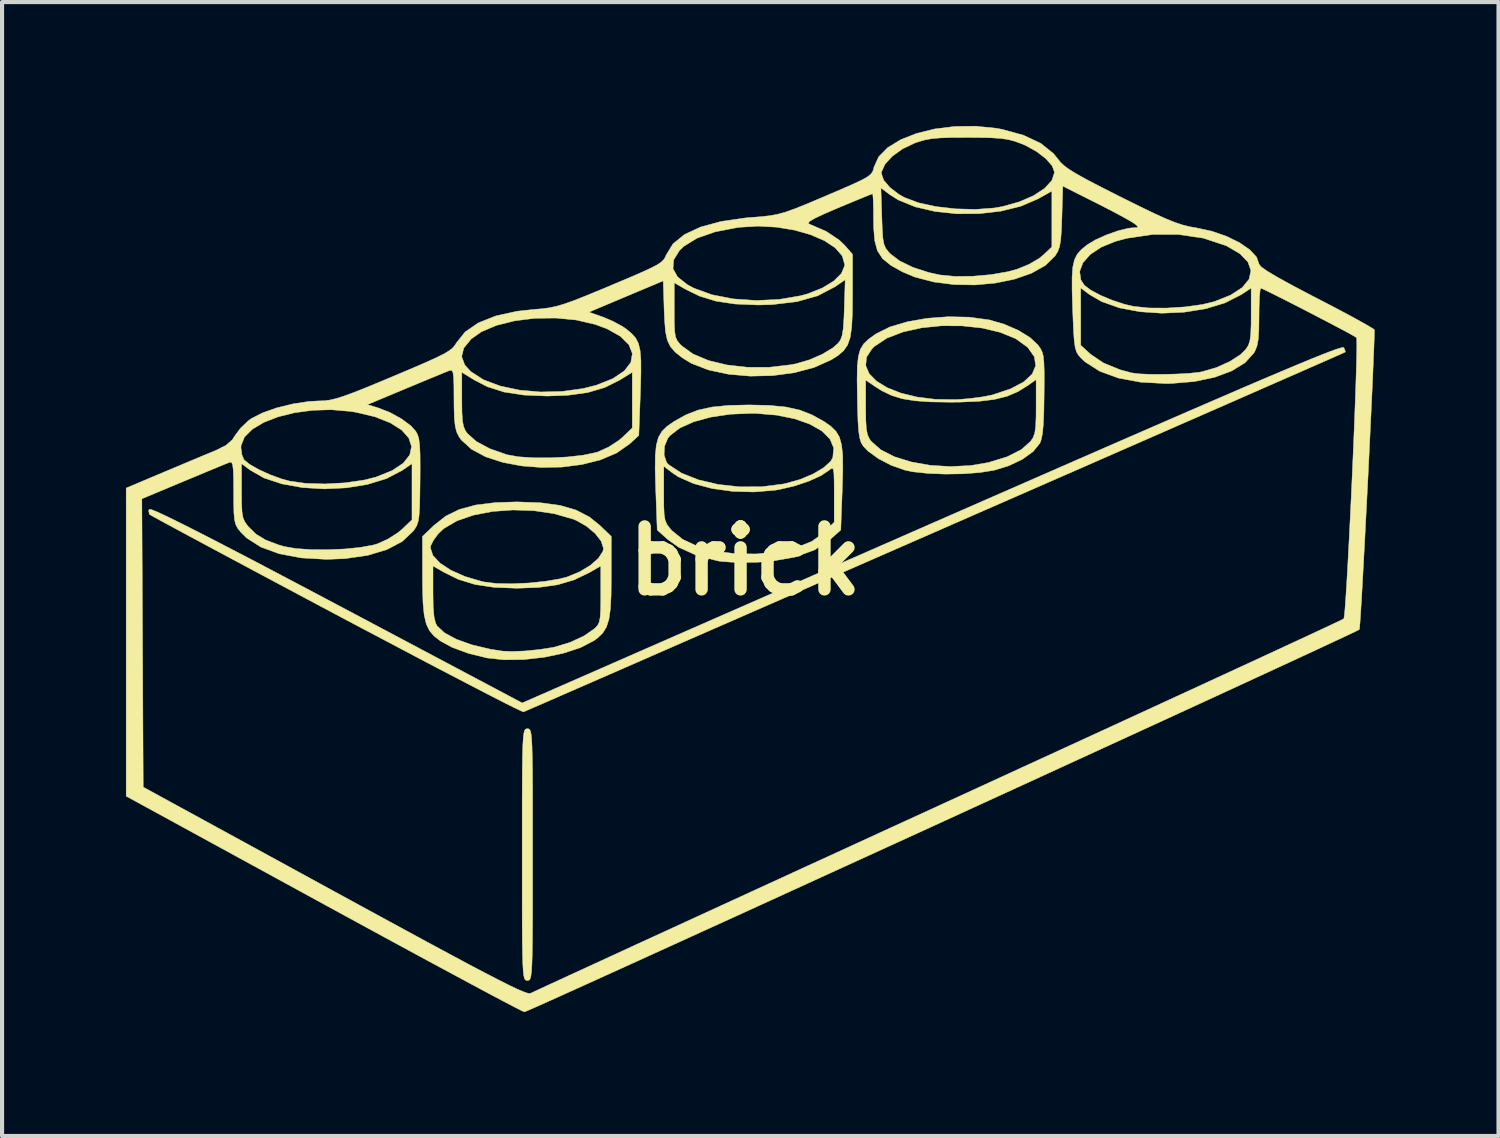
<source format=kicad_pcb>
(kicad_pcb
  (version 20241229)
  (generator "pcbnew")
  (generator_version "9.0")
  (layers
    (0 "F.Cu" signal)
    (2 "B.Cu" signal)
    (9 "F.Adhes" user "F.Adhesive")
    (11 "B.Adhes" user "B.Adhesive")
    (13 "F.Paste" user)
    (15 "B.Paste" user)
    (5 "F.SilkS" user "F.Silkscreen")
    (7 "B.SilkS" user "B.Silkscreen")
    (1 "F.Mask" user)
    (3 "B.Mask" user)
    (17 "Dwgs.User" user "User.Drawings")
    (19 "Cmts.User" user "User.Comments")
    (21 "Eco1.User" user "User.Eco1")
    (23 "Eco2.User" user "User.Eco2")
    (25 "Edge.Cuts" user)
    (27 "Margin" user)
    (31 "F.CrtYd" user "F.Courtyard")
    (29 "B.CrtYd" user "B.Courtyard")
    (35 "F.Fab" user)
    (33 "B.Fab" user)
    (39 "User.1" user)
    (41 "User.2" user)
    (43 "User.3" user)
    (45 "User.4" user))
  (footprint "brick"
    (layer "F.Cu")
    (at 14.991 10.532)
    (property "Reference" "brick" (at 0 0 0) (layer "F.SilkS") (effects (font (size 1.524 1.524) (thickness 0.3))))
    (attr through_hole)
    (fp_poly (pts (xy -5.241 4.067) (xy -5.217 4.082) (xy -5.197 4.12) (xy -5.181 4.191) (xy -5.169 4.307) (xy -5.159 4.478) (xy -5.153 4.713) (xy -5.148 5.025) (xy -5.145 5.423) (xy -5.144 5.918) (xy -5.144 6.521) (xy -5.144 7.112) (xy -5.144 7.812) (xy -5.144 8.396) (xy -5.146 8.874) (xy -5.149 9.257) (xy -5.154 9.555) (xy -5.161 9.779) (xy -5.171 9.94) (xy -5.184 10.047) (xy -5.2 10.113) (xy -5.221 10.146) (xy -5.246 10.158) (xy -5.271 10.16) (xy -5.3 10.157) (xy -5.324 10.142) (xy -5.344 10.104) (xy -5.36 10.033) (xy -5.372 9.917) (xy -5.382 9.746) (xy -5.388 9.511) (xy -5.393 9.199) (xy -5.396 8.801) (xy -5.397 8.306) (xy -5.397 7.703) (xy -5.397 7.112) (xy -5.397 6.412) (xy -5.397 5.828) (xy -5.395 5.35) (xy -5.392 4.967) (xy -5.387 4.669) (xy -5.38 4.445) (xy -5.37 4.284) (xy -5.357 4.177) (xy -5.341 4.111) (xy -5.32 4.078) (xy -5.295 4.066) (xy -5.271 4.064) (xy -5.241 4.067)) (stroke (width 0.01) (type solid)) (fill yes) (layer "F.SilkS"))
    (fp_poly (pts (xy 14.5 -5.164) (xy 14.535 -5.076) (xy 14.531 -5.055) (xy 14.472 -5.028) (xy 14.303 -4.954) (xy 14.032 -4.834) (xy 13.666 -4.674) (xy 13.214 -4.475) (xy 12.681 -4.242) (xy 12.076 -3.976) (xy 11.406 -3.682) (xy 10.677 -3.363) (xy 9.898 -3.021) (xy 9.075 -2.661) (xy 8.216 -2.284) (xy 7.327 -1.895) (xy 6.418 -1.497) (xy 5.493 -1.092) (xy 4.562 -0.684) (xy 3.631 -0.277) (xy 2.707 0.128) (xy 1.798 0.526) (xy 0.911 0.914) (xy 0.053 1.289) (xy -0.768 1.648) (xy -1.545 1.988) (xy -2.272 2.306) (xy -2.939 2.598) (xy -3.541 2.861) (xy -4.07 3.092) (xy -4.519 3.288) (xy -4.88 3.446) (xy -5.147 3.561) (xy -5.311 3.633) (xy -5.366 3.656) (xy -5.43 3.63) (xy -5.599 3.549) (xy -5.862 3.417) (xy -6.211 3.238) (xy -6.638 3.017) (xy -7.135 2.758) (xy -7.692 2.467) (xy -8.301 2.146) (xy -8.954 1.801) (xy -9.643 1.437) (xy -9.904 1.298) (xy -10.603 0.926) (xy -11.269 0.571) (xy -11.895 0.237) (xy -12.472 -0.072) (xy -12.99 -0.349) (xy -13.442 -0.592) (xy -13.819 -0.795) (xy -14.113 -0.954) (xy -14.314 -1.065) (xy -14.415 -1.122) (xy -14.425 -1.129) (xy -14.441 -1.217) (xy -14.426 -1.251) (xy -14.369 -1.241) (xy -14.218 -1.179) (xy -13.97 -1.063) (xy -13.623 -0.892) (xy -13.176 -0.666) (xy -12.627 -0.383) (xy -11.972 -0.043) (xy -11.212 0.357) (xy -10.343 0.816) (xy -9.888 1.057) (xy -5.396 3.44) (xy 4.525 -0.909) (xy 5.819 -1.476) (xy 7.002 -1.994) (xy 8.077 -2.464) (xy 9.05 -2.889) (xy 9.926 -3.27) (xy 10.708 -3.61) (xy 11.402 -3.91) (xy 12.011 -4.173) (xy 12.541 -4.4) (xy 12.997 -4.593) (xy 13.382 -4.755) (xy 13.702 -4.887) (xy 13.961 -4.991) (xy 14.163 -5.069) (xy 14.313 -5.124) (xy 14.417 -5.156) (xy 14.477 -5.169) (xy 14.5 -5.164)) (stroke (width 0.01) (type solid)) (fill yes) (layer "F.SilkS"))
    (fp_poly (pts (xy -4.951 -1.408) (xy -4.479 -1.344) (xy -4.092 -1.231) (xy -3.769 -1.064) (xy -3.523 -0.866) (xy -3.239 -0.593) (xy -3.239 0.372) (xy -3.243 0.819) (xy -3.26 1.159) (xy -3.296 1.413) (xy -3.356 1.602) (xy -3.445 1.746) (xy -3.569 1.865) (xy -3.661 1.932) (xy -3.984 2.1) (xy -4.398 2.236) (xy -4.867 2.334) (xy -5.357 2.389) (xy -5.835 2.395) (xy -6.238 2.352) (xy -6.691 2.242) (xy -7.092 2.094) (xy -7.375 1.94) (xy -7.527 1.822) (xy -7.64 1.692) (xy -7.719 1.528) (xy -7.77 1.31) (xy -7.798 1.017) (xy -7.809 0.63) (xy -7.811 0.376) (xy -7.811 0.122) (xy -7.556 0.122) (xy -7.556 0.777) (xy -7.551 1.113) (xy -7.531 1.346) (xy -7.496 1.499) (xy -7.457 1.575) (xy -7.276 1.743) (xy -6.989 1.898) (xy -6.617 2.031) (xy -6.179 2.136) (xy -5.874 2.184) (xy -5.634 2.194) (xy -5.318 2.18) (xy -4.978 2.146) (xy -4.66 2.096) (xy -4.604 2.084) (xy -4.236 1.973) (xy -3.898 1.816) (xy -3.639 1.636) (xy -3.635 1.633) (xy -3.572 1.565) (xy -3.531 1.482) (xy -3.507 1.358) (xy -3.496 1.165) (xy -3.493 0.877) (xy -3.493 0.812) (xy -3.493 0.122) (xy -3.762 0.278) (xy -4.133 0.457) (xy -4.535 0.577) (xy -4.999 0.643) (xy -5.524 0.662) (xy -6.075 0.641) (xy -6.535 0.572) (xy -6.935 0.45) (xy -7.287 0.278) (xy -7.556 0.122) (xy -7.811 0.122) (xy -7.811 -0.32) (xy -7.62 -0.32) (xy -7.559 -0.133) (xy -7.388 0.052) (xy -7.123 0.226) (xy -6.78 0.378) (xy -6.376 0.497) (xy -6.318 0.51) (xy -6.031 0.546) (xy -5.662 0.554) (xy -5.255 0.536) (xy -4.853 0.496) (xy -4.496 0.437) (xy -4.305 0.387) (xy -4.003 0.263) (xy -3.743 0.105) (xy -3.548 -0.067) (xy -3.441 -0.236) (xy -3.429 -0.307) (xy -3.484 -0.478) (xy -3.631 -0.666) (xy -3.843 -0.843) (xy -4.092 -0.983) (xy -4.154 -1.009) (xy -4.616 -1.142) (xy -5.113 -1.216) (xy -5.621 -1.233) (xy -6.116 -1.197) (xy -6.575 -1.108) (xy -6.975 -0.971) (xy -7.291 -0.786) (xy -7.426 -0.661) (xy -7.543 -0.503) (xy -7.613 -0.362) (xy -7.62 -0.32) (xy -7.811 -0.32) (xy -7.811 -0.593) (xy -7.526 -0.866) (xy -7.245 -1.086) (xy -6.916 -1.247) (xy -6.52 -1.354) (xy -6.038 -1.413) (xy -5.524 -1.429) (xy -4.951 -1.408)) (stroke (width 0.01) (type solid)) (fill yes) (layer "F.SilkS"))
    (fp_poly (pts (xy 0.591 -3.766) (xy 0.992 -3.726) (xy 1.326 -3.652) (xy 1.622 -3.537) (xy 1.91 -3.377) (xy 2.077 -3.26) (xy 2.201 -3.14) (xy 2.286 -2.996) (xy 2.338 -2.807) (xy 2.364 -2.554) (xy 2.367 -2.216) (xy 2.355 -1.772) (xy 2.355 -1.755) (xy 2.318 -0.747) (xy 2.051 -0.51) (xy 1.68 -0.264) (xy 1.205 -0.091) (xy 0.626 0.01) (xy 0.287 0.033) (xy -0.025 0.038) (xy -0.328 0.031) (xy -0.573 0.013) (xy -0.656 0.001) (xy -1.172 -0.133) (xy -1.603 -0.328) (xy -1.867 -0.516) (xy -2.127 -0.747) (xy -2.159 -1.625) (xy -1.968 -1.625) (xy -1.967 -1.325) (xy -1.958 -1.122) (xy -1.935 -0.985) (xy -1.891 -0.884) (xy -1.82 -0.789) (xy -1.774 -0.736) (xy -1.51 -0.521) (xy -1.15 -0.354) (xy -0.717 -0.237) (xy -0.234 -0.174) (xy 0.275 -0.168) (xy 0.789 -0.221) (xy 1.269 -0.333) (xy 1.616 -0.472) (xy 1.882 -0.662) (xy 1.919 -0.698) (xy 2.159 -0.938) (xy 2.159 -1.622) (xy 2.158 -1.921) (xy 2.152 -2.113) (xy 2.138 -2.214) (xy 2.112 -2.245) (xy 2.07 -2.224) (xy 2.046 -2.204) (xy 1.838 -2.064) (xy 1.54 -1.929) (xy 1.188 -1.812) (xy 0.82 -1.727) (xy 0.73 -1.712) (xy 0.217 -1.669) (xy -0.303 -1.684) (xy -0.8 -1.753) (xy -1.246 -1.872) (xy -1.613 -2.035) (xy -1.748 -2.124) (xy -1.968 -2.292) (xy -1.968 -1.625) (xy -2.159 -1.625) (xy -2.164 -1.755) (xy -2.177 -2.202) (xy -2.174 -2.544) (xy -2.172 -2.564) (xy -1.96 -2.564) (xy -1.9 -2.385) (xy -1.857 -2.335) (xy -1.539 -2.126) (xy -1.128 -1.963) (xy -0.649 -1.851) (xy -0.13 -1.794) (xy 0.402 -1.796) (xy 0.923 -1.862) (xy 0.976 -1.873) (xy 1.326 -1.97) (xy 1.642 -2.102) (xy 1.9 -2.254) (xy 2.072 -2.411) (xy 2.124 -2.5) (xy 2.148 -2.733) (xy 2.057 -2.949) (xy 1.862 -3.144) (xy 1.574 -3.309) (xy 1.205 -3.44) (xy 0.766 -3.529) (xy 0.268 -3.571) (xy 0.159 -3.573) (xy -0.353 -3.552) (xy -0.826 -3.482) (xy -1.241 -3.369) (xy -1.577 -3.219) (xy -1.815 -3.037) (xy -1.869 -2.972) (xy -1.95 -2.777) (xy -1.96 -2.564) (xy -2.172 -2.564) (xy -2.149 -2.8) (xy -2.098 -2.99) (xy -2.014 -3.135) (xy -1.892 -3.256) (xy -1.726 -3.372) (xy -1.719 -3.377) (xy -1.43 -3.538) (xy -1.133 -3.653) (xy -0.799 -3.726) (xy -0.398 -3.766) (xy 0.095 -3.777) (xy 0.591 -3.766)) (stroke (width 0.01) (type solid)) (fill yes) (layer "F.SilkS"))
    (fp_poly (pts (xy 5.431 -5.902) (xy 5.906 -5.837) (xy 5.918 -5.835) (xy 6.28 -5.73) (xy 6.622 -5.581) (xy 6.906 -5.405) (xy 7.093 -5.228) (xy 7.152 -5.145) (xy 7.194 -5.062) (xy 7.222 -4.956) (xy 7.237 -4.805) (xy 7.244 -4.587) (xy 7.244 -4.278) (xy 7.242 -4.028) (xy 7.236 -3.608) (xy 7.222 -3.296) (xy 7.2 -3.074) (xy 7.168 -2.922) (xy 7.138 -2.847) (xy 6.975 -2.647) (xy 6.713 -2.459) (xy 6.38 -2.301) (xy 6.029 -2.194) (xy 5.69 -2.14) (xy 5.283 -2.109) (xy 4.847 -2.102) (xy 4.427 -2.119) (xy 4.062 -2.158) (xy 3.873 -2.197) (xy 3.541 -2.314) (xy 3.229 -2.476) (xy 2.976 -2.66) (xy 2.851 -2.794) (xy 2.807 -2.874) (xy 2.775 -2.984) (xy 2.751 -3.147) (xy 2.735 -3.381) (xy 2.724 -3.709) (xy 2.719 -3.972) (xy 2.713 -4.378) (xy 2.921 -4.378) (xy 2.921 -3.721) (xy 2.924 -3.414) (xy 2.937 -3.204) (xy 2.964 -3.062) (xy 3.01 -2.958) (xy 3.054 -2.896) (xy 3.287 -2.691) (xy 3.618 -2.522) (xy 4.025 -2.396) (xy 4.483 -2.315) (xy 4.97 -2.285) (xy 5.461 -2.309) (xy 5.892 -2.382) (xy 6.345 -2.521) (xy 6.691 -2.696) (xy 6.915 -2.896) (xy 6.977 -2.989) (xy 7.016 -3.102) (xy 7.038 -3.261) (xy 7.047 -3.499) (xy 7.048 -3.728) (xy 7.048 -4.39) (xy 6.857 -4.254) (xy 6.608 -4.099) (xy 6.344 -3.986) (xy 6.039 -3.91) (xy 5.668 -3.865) (xy 5.207 -3.845) (xy 4.985 -3.843) (xy 4.499 -3.85) (xy 4.114 -3.877) (xy 3.804 -3.927) (xy 3.543 -4.008) (xy 3.305 -4.124) (xy 3.146 -4.225) (xy 2.921 -4.378) (xy 2.713 -4.378) (xy 2.713 -4.396) (xy 2.719 -4.715) (xy 2.721 -4.73) (xy 2.922 -4.73) (xy 3.006 -4.533) (xy 3.184 -4.352) (xy 3.445 -4.193) (xy 3.778 -4.062) (xy 4.172 -3.967) (xy 4.615 -3.912) (xy 5.097 -3.906) (xy 5.175 -3.909) (xy 5.47 -3.935) (xy 5.762 -3.974) (xy 5.992 -4.02) (xy 6.001 -4.023) (xy 6.429 -4.166) (xy 6.747 -4.334) (xy 6.951 -4.523) (xy 7.038 -4.727) (xy 7.005 -4.943) (xy 6.848 -5.166) (xy 6.839 -5.175) (xy 6.554 -5.381) (xy 6.178 -5.535) (xy 5.737 -5.639) (xy 5.256 -5.691) (xy 4.761 -5.693) (xy 4.275 -5.644) (xy 3.826 -5.544) (xy 3.437 -5.395) (xy 3.134 -5.195) (xy 3.079 -5.143) (xy 2.943 -4.935) (xy 2.922 -4.73) (xy 2.721 -4.73) (xy 2.743 -4.95) (xy 2.792 -5.123) (xy 2.872 -5.255) (xy 2.989 -5.368) (xy 3.149 -5.483) (xy 3.177 -5.501) (xy 3.507 -5.665) (xy 3.929 -5.791) (xy 4.411 -5.875) (xy 4.922 -5.913) (xy 5.431 -5.902)) (stroke (width 0.01) (type solid)) (fill yes) (layer "F.SilkS"))
    (fp_poly (pts (xy 6.085 -10.476) (xy 6.225 -10.45) (xy 6.742 -10.308) (xy 7.159 -10.112) (xy 7.467 -9.866) (xy 7.568 -9.741) (xy 7.637 -9.654) (xy 7.729 -9.568) (xy 7.859 -9.473) (xy 8.042 -9.362) (xy 8.293 -9.223) (xy 8.628 -9.049) (xy 9.062 -8.829) (xy 9.092 -8.814) (xy 9.541 -8.591) (xy 9.897 -8.419) (xy 10.178 -8.291) (xy 10.404 -8.199) (xy 10.592 -8.136) (xy 10.763 -8.093) (xy 10.922 -8.066) (xy 11.301 -7.984) (xy 11.658 -7.861) (xy 11.972 -7.707) (xy 12.221 -7.535) (xy 12.387 -7.357) (xy 12.447 -7.185) (xy 12.496 -7.122) (xy 12.646 -7.016) (xy 12.9 -6.865) (xy 13.262 -6.666) (xy 13.735 -6.417) (xy 13.844 -6.361) (xy 14.228 -6.162) (xy 14.572 -5.98) (xy 14.86 -5.823) (xy 15.077 -5.701) (xy 15.208 -5.622) (xy 15.24 -5.596) (xy 15.237 -5.433) (xy 15.228 -5.169) (xy 15.214 -4.817) (xy 15.196 -4.391) (xy 15.174 -3.904) (xy 15.149 -3.371) (xy 15.122 -2.805) (xy 15.094 -2.22) (xy 15.064 -1.63) (xy 15.034 -1.048) (xy 15.005 -0.489) (xy 14.977 0.035) (xy 14.951 0.509) (xy 14.928 0.92) (xy 14.907 1.253) (xy 14.891 1.496) (xy 14.879 1.634) (xy 14.875 1.66) (xy 14.811 1.694) (xy 14.639 1.776) (xy 14.365 1.905) (xy 13.998 2.076) (xy 13.544 2.287) (xy 13.01 2.534) (xy 12.404 2.814) (xy 11.733 3.124) (xy 11.003 3.46) (xy 10.223 3.819) (xy 9.398 4.198) (xy 8.537 4.593) (xy 7.647 5.002) (xy 6.734 5.421) (xy 5.807 5.846) (xy 4.871 6.275) (xy 3.934 6.704) (xy 3.004 7.129) (xy 2.087 7.548) (xy 1.191 7.958) (xy 0.323 8.355) (xy -0.51 8.735) (xy -1.301 9.095) (xy -2.043 9.433) (xy -2.728 9.745) (xy -3.349 10.027) (xy -3.9 10.277) (xy -4.372 10.49) (xy -4.76 10.665) (xy -5.055 10.797) (xy -5.251 10.883) (xy -5.34 10.92) (xy -5.344 10.921) (xy -5.411 10.891) (xy -5.582 10.804) (xy -5.847 10.665) (xy -6.199 10.479) (xy -6.63 10.248) (xy -7.13 9.979) (xy -7.693 9.676) (xy -8.309 9.342) (xy -8.97 8.983) (xy -9.669 8.602) (xy -10.208 8.308) (xy -14.986 5.697) (xy -14.986 -1.504) (xy -14.606 -1.504) (xy -14.573 5.477) (xy -9.944 8.006) (xy -9.097 8.468) (xy -8.354 8.872) (xy -7.71 9.222) (xy -7.156 9.52) (xy -6.688 9.771) (xy -6.297 9.977) (xy -5.977 10.142) (xy -5.723 10.27) (xy -5.526 10.364) (xy -5.381 10.427) (xy -5.281 10.463) (xy -5.219 10.475) (xy -5.194 10.471) (xy -5.124 10.438) (xy -4.945 10.354) (xy -4.663 10.224) (xy -4.283 10.049) (xy -3.811 9.832) (xy -3.255 9.576) (xy -2.619 9.283) (xy -1.91 8.958) (xy -1.134 8.601) (xy -0.297 8.217) (xy 0.595 7.807) (xy 1.536 7.375) (xy 2.52 6.924) (xy 3.541 6.455) (xy 4.593 5.973) (xy 4.686 5.93) (xy 5.739 5.447) (xy 6.761 4.977) (xy 7.746 4.525) (xy 8.688 4.092) (xy 9.581 3.681) (xy 10.419 3.295) (xy 11.196 2.937) (xy 11.906 2.609) (xy 12.543 2.315) (xy 13.101 2.056) (xy 13.574 1.837) (xy 13.956 1.659) (xy 14.242 1.525) (xy 14.424 1.439) (xy 14.498 1.402) (xy 14.499 1.401) (xy 14.512 1.329) (xy 14.529 1.145) (xy 14.549 0.863) (xy 14.572 0.497) (xy 14.597 0.062) (xy 14.623 -0.429) (xy 14.65 -0.96) (xy 14.677 -1.518) (xy 14.703 -2.088) (xy 14.728 -2.656) (xy 14.751 -3.207) (xy 14.771 -3.728) (xy 14.788 -4.204) (xy 14.801 -4.62) (xy 14.81 -4.962) (xy 14.814 -5.217) (xy 14.812 -5.369) (xy 14.806 -5.407) (xy 14.737 -5.449) (xy 14.577 -5.538) (xy 14.347 -5.66) (xy 14.068 -5.807) (xy 13.76 -5.967) (xy 13.445 -6.13) (xy 13.143 -6.284) (xy 12.876 -6.419) (xy 12.664 -6.524) (xy 12.528 -6.589) (xy 12.488 -6.604) (xy 12.471 -6.545) (xy 12.457 -6.385) (xy 12.448 -6.149) (xy 12.446 -5.921) (xy 12.442 -5.595) (xy 12.427 -5.367) (xy 12.397 -5.205) (xy 12.348 -5.082) (xy 12.323 -5.037) (xy 12.107 -4.798) (xy 11.785 -4.6) (xy 11.371 -4.446) (xy 10.88 -4.343) (xy 10.327 -4.297) (xy 10.192 -4.294) (xy 9.58 -4.327) (xy 9.042 -4.427) (xy 8.59 -4.592) (xy 8.236 -4.818) (xy 8.128 -4.92) (xy 8.068 -4.989) (xy 8.025 -5.065) (xy 7.994 -5.169) (xy 7.987 -5.222) (xy 8.128 -5.222) (xy 8.373 -5) (xy 8.679 -4.793) (xy 9.086 -4.627) (xy 9.366 -4.552) (xy 9.548 -4.529) (xy 9.817 -4.518) (xy 10.136 -4.517) (xy 10.465 -4.526) (xy 10.768 -4.543) (xy 11.004 -4.569) (xy 11.062 -4.58) (xy 11.414 -4.682) (xy 11.738 -4.828) (xy 11.999 -4.997) (xy 12.122 -5.118) (xy 12.184 -5.212) (xy 12.223 -5.324) (xy 12.245 -5.485) (xy 12.254 -5.722) (xy 12.255 -5.947) (xy 12.255 -6.606) (xy 12.017 -6.449) (xy 11.621 -6.247) (xy 11.151 -6.105) (xy 10.633 -6.022) (xy 10.095 -5.998) (xy 9.565 -6.033) (xy 9.069 -6.126) (xy 8.635 -6.279) (xy 8.334 -6.455) (xy 8.128 -6.61) (xy 8.128 -5.222) (xy 7.987 -5.222) (xy 7.972 -5.321) (xy 7.956 -5.544) (xy 7.942 -5.859) (xy 7.932 -6.117) (xy 7.919 -6.548) (xy 7.919 -6.873) (xy 7.929 -7.01) (xy 8.103 -7.01) (xy 8.132 -6.804) (xy 8.216 -6.675) (xy 8.368 -6.559) (xy 8.606 -6.432) (xy 8.892 -6.312) (xy 9.189 -6.214) (xy 9.404 -6.164) (xy 9.773 -6.125) (xy 10.207 -6.122) (xy 10.658 -6.151) (xy 11.075 -6.209) (xy 11.367 -6.28) (xy 11.76 -6.437) (xy 12.04 -6.62) (xy 12.204 -6.82) (xy 12.25 -7.029) (xy 12.177 -7.238) (xy 11.983 -7.439) (xy 11.667 -7.624) (xy 11.64 -7.636) (xy 11.098 -7.815) (xy 10.497 -7.904) (xy 9.87 -7.904) (xy 9.248 -7.812) (xy 8.971 -7.738) (xy 8.626 -7.597) (xy 8.359 -7.42) (xy 8.182 -7.219) (xy 8.103 -7.01) (xy 7.929 -7.01) (xy 7.936 -7.113) (xy 7.976 -7.29) (xy 8.042 -7.424) (xy 8.141 -7.536) (xy 8.276 -7.648) (xy 8.277 -7.649) (xy 8.481 -7.772) (xy 8.75 -7.894) (xy 9.034 -7.994) (xy 9.286 -8.056) (xy 9.392 -8.067) (xy 9.506 -8.073) (xy 9.503 -8.107) (xy 9.43 -8.167) (xy 9.328 -8.231) (xy 9.137 -8.338) (xy 8.882 -8.474) (xy 8.588 -8.626) (xy 8.498 -8.671) (xy 7.694 -9.076) (xy 7.673 -8.332) (xy 7.661 -8.002) (xy 7.643 -7.771) (xy 7.616 -7.611) (xy 7.573 -7.493) (xy 7.51 -7.389) (xy 7.507 -7.385) (xy 7.27 -7.153) (xy 6.935 -6.965) (xy 6.525 -6.822) (xy 6.061 -6.727) (xy 5.565 -6.682) (xy 5.06 -6.691) (xy 4.568 -6.754) (xy 4.11 -6.874) (xy 3.813 -6.998) (xy 3.528 -7.158) (xy 3.33 -7.319) (xy 3.206 -7.509) (xy 3.139 -7.756) (xy 3.113 -8.089) (xy 3.111 -8.264) (xy 3.109 -8.529) (xy 3.104 -8.738) (xy 3.095 -8.865) (xy 3.089 -8.89) (xy 3.025 -8.867) (xy 2.867 -8.803) (xy 2.634 -8.707) (xy 2.35 -8.589) (xy 2.247 -8.546) (xy 1.916 -8.403) (xy 1.693 -8.298) (xy 1.568 -8.226) (xy 1.53 -8.179) (xy 1.556 -8.157) (xy 1.96 -7.982) (xy 2.279 -7.771) (xy 2.41 -7.645) (xy 2.603 -7.425) (xy 2.603 -6.427) (xy 2.599 -5.989) (xy 2.582 -5.657) (xy 2.546 -5.41) (xy 2.483 -5.228) (xy 2.387 -5.089) (xy 2.25 -4.972) (xy 2.084 -4.868) (xy 1.669 -4.682) (xy 1.186 -4.555) (xy 0.662 -4.486) (xy 0.124 -4.474) (xy -0.4 -4.52) (xy -0.883 -4.623) (xy -1.297 -4.782) (xy -1.515 -4.915) (xy -1.687 -5.052) (xy -1.805 -5.185) (xy -1.881 -5.341) (xy -1.926 -5.55) (xy -1.949 -5.839) (xy -1.959 -6.073) (xy -1.98 -6.736) (xy -1.714 -6.736) (xy -1.714 -6.062) (xy -1.713 -5.76) (xy -1.704 -5.557) (xy -1.682 -5.423) (xy -1.642 -5.331) (xy -1.576 -5.25) (xy -1.539 -5.212) (xy -1.259 -5.01) (xy -0.883 -4.852) (xy -0.434 -4.744) (xy 0.063 -4.688) (xy 0.585 -4.689) (xy 1.108 -4.75) (xy 1.238 -4.775) (xy 1.562 -4.87) (xy 1.873 -5.006) (xy 2.13 -5.162) (xy 2.254 -5.27) (xy 2.312 -5.352) (xy 2.352 -5.464) (xy 2.378 -5.632) (xy 2.395 -5.883) (xy 2.403 -6.109) (xy 2.425 -6.807) (xy 2.181 -6.64) (xy 1.763 -6.421) (xy 1.256 -6.277) (xy 0.654 -6.206) (xy 0.318 -6.197) (xy -0.237 -6.22) (xy -0.7 -6.289) (xy -1.102 -6.412) (xy -1.445 -6.58) (xy -1.714 -6.736) (xy -1.98 -6.736) (xy -1.982 -6.781) (xy -2.658 -6.497) (xy -2.952 -6.373) (xy -3.226 -6.258) (xy -3.444 -6.166) (xy -3.556 -6.119) (xy -3.778 -6.024) (xy -3.438 -5.904) (xy -3.2 -5.803) (xy -2.974 -5.681) (xy -2.882 -5.619) (xy -2.747 -5.507) (xy -2.647 -5.395) (xy -2.58 -5.263) (xy -2.54 -5.088) (xy -2.521 -4.851) (xy -2.521 -4.53) (xy -2.533 -4.104) (xy -2.534 -4.075) (xy -2.572 -3.038) (xy -2.8 -2.829) (xy -3.113 -2.611) (xy -3.503 -2.446) (xy -3.949 -2.334) (xy -4.43 -2.272) (xy -4.926 -2.262) (xy -5.414 -2.3) (xy -5.873 -2.387) (xy -6.284 -2.522) (xy -6.624 -2.704) (xy -6.873 -2.931) (xy -6.928 -3.01) (xy -6.983 -3.121) (xy -7.018 -3.261) (xy -7.039 -3.455) (xy -7.047 -3.733) (xy -7.048 -3.928) (xy -7.05 -4.239) (xy -7.057 -4.443) (xy -7.072 -4.56) (xy -7.076 -4.567) (xy -6.858 -4.567) (xy -6.858 -3.911) (xy -6.855 -3.604) (xy -6.842 -3.394) (xy -6.815 -3.252) (xy -6.769 -3.149) (xy -6.725 -3.087) (xy -6.506 -2.891) (xy -6.178 -2.716) (xy -5.763 -2.571) (xy -5.484 -2.521) (xy -5.121 -2.497) (xy -4.713 -2.496) (xy -4.299 -2.517) (xy -3.921 -2.56) (xy -3.617 -2.623) (xy -3.561 -2.64) (xy -3.302 -2.758) (xy -3.056 -2.918) (xy -2.973 -2.988) (xy -2.731 -3.219) (xy -2.731 -4.567) (xy -3.032 -4.381) (xy -3.396 -4.199) (xy -3.807 -4.077) (xy -4.292 -4.01) (xy -4.794 -3.992) (xy -5.362 -4.016) (xy -5.836 -4.089) (xy -6.241 -4.218) (xy -6.556 -4.381) (xy -6.858 -4.567) (xy -7.076 -4.567) (xy -7.099 -4.611) (xy -7.142 -4.614) (xy -7.16 -4.608) (xy -7.254 -4.571) (xy -7.443 -4.493) (xy -7.704 -4.386) (xy -8.013 -4.257) (xy -8.208 -4.176) (xy -9.146 -3.784) (xy -8.893 -3.709) (xy -8.601 -3.596) (xy -8.32 -3.441) (xy -8.091 -3.271) (xy -7.971 -3.136) (xy -7.928 -3.055) (xy -7.898 -2.95) (xy -7.879 -2.799) (xy -7.869 -2.58) (xy -7.867 -2.274) (xy -7.869 -1.945) (xy -7.874 -1.562) (xy -7.881 -1.284) (xy -7.894 -1.088) (xy -7.916 -0.952) (xy -7.949 -0.855) (xy -7.998 -0.773) (xy -8.04 -0.716) (xy -8.304 -0.468) (xy -8.675 -0.273) (xy -9.139 -0.134) (xy -9.686 -0.055) (xy -10.128 -0.037) (xy -10.741 -0.072) (xy -11.277 -0.172) (xy -11.724 -0.335) (xy -12.073 -0.558) (xy -12.215 -0.7) (xy -12.286 -0.791) (xy -12.333 -0.881) (xy -12.362 -0.997) (xy -12.377 -1.167) (xy -12.382 -1.417) (xy -12.383 -1.663) (xy -12.383 -1.691) (xy -12.192 -1.691) (xy -12.19 -1.389) (xy -12.18 -1.184) (xy -12.156 -1.046) (xy -12.112 -0.944) (xy -12.043 -0.849) (xy -12.026 -0.828) (xy -11.84 -0.647) (xy -11.611 -0.508) (xy -11.303 -0.391) (xy -11.161 -0.349) (xy -10.882 -0.3) (xy -10.519 -0.274) (xy -10.109 -0.271) (xy -9.692 -0.289) (xy -9.307 -0.328) (xy -8.993 -0.387) (xy -8.895 -0.416) (xy -8.645 -0.53) (xy -8.403 -0.685) (xy -8.307 -0.765) (xy -8.065 -0.996) (xy -8.065 -2.354) (xy -8.303 -2.191) (xy -8.683 -1.993) (xy -9.143 -1.852) (xy -9.653 -1.769) (xy -10.187 -1.743) (xy -10.716 -1.775) (xy -11.213 -1.864) (xy -11.651 -2.009) (xy -11.986 -2.201) (xy -12.192 -2.356) (xy -12.192 -1.691) (xy -12.383 -1.691) (xy -12.385 -1.988) (xy -12.393 -2.205) (xy -12.409 -2.333) (xy -12.435 -2.388) (xy -12.475 -2.391) (xy -12.476 -2.391) (xy -12.563 -2.355) (xy -12.746 -2.28) (xy -13.004 -2.173) (xy -13.315 -2.043) (xy -13.587 -1.93) (xy -14.606 -1.504) (xy -14.986 -1.504) (xy -14.986 -1.764) (xy -14.072 -2.15) (xy -13.724 -2.296) (xy -13.387 -2.438) (xy -13.093 -2.561) (xy -12.872 -2.652) (xy -12.812 -2.677) (xy -12.688 -2.738) (xy -12.206 -2.738) (xy -12.183 -2.569) (xy -12.134 -2.452) (xy -12.134 -2.451) (xy -11.996 -2.338) (xy -11.772 -2.211) (xy -11.5 -2.087) (xy -11.216 -1.984) (xy -11.033 -1.934) (xy -10.636 -1.877) (xy -10.169 -1.864) (xy -9.683 -1.891) (xy -9.227 -1.957) (xy -8.937 -2.03) (xy -8.546 -2.187) (xy -8.274 -2.368) (xy -8.119 -2.566) (xy -8.076 -2.771) (xy -8.142 -2.974) (xy -8.314 -3.168) (xy -8.589 -3.342) (xy -8.962 -3.49) (xy -9.432 -3.601) (xy -9.553 -3.62) (xy -10.013 -3.66) (xy -10.47 -3.647) (xy -10.908 -3.588) (xy -11.309 -3.488) (xy -11.656 -3.353) (xy -11.932 -3.188) (xy -12.121 -2.999) (xy -12.204 -2.792) (xy -12.206 -2.738) (xy -12.688 -2.738) (xy -12.57 -2.798) (xy -12.414 -2.936) (xy -12.345 -3.042) (xy -12.215 -3.216) (xy -12.033 -3.389) (xy -11.958 -3.445) (xy -11.689 -3.583) (xy -11.337 -3.707) (xy -10.945 -3.803) (xy -10.557 -3.862) (xy -10.324 -3.874) (xy -10.19 -3.878) (xy -10.054 -3.896) (xy -9.899 -3.932) (xy -9.707 -3.993) (xy -9.459 -4.084) (xy -9.138 -4.212) (xy -8.726 -4.383) (xy -8.521 -4.469) (xy -8.073 -4.658) (xy -7.728 -4.807) (xy -7.471 -4.924) (xy -7.421 -4.949) (xy -6.862 -4.949) (xy -6.788 -4.747) (xy -6.642 -4.586) (xy -6.333 -4.386) (xy -5.932 -4.236) (xy -5.465 -4.136) (xy -4.956 -4.091) (xy -4.433 -4.103) (xy -3.921 -4.174) (xy -3.598 -4.256) (xy -3.199 -4.415) (xy -2.922 -4.602) (xy -2.765 -4.808) (xy -2.729 -5.022) (xy -2.813 -5.235) (xy -3.018 -5.438) (xy -3.342 -5.62) (xy -3.631 -5.727) (xy -4.093 -5.834) (xy -4.589 -5.881) (xy -5.092 -5.874) (xy -5.576 -5.814) (xy -6.016 -5.704) (xy -6.385 -5.548) (xy -6.632 -5.373) (xy -6.81 -5.155) (xy -6.862 -4.949) (xy -7.421 -4.949) (xy -7.286 -5.016) (xy -7.159 -5.093) (xy -7.076 -5.16) (xy -7.021 -5.228) (xy -6.991 -5.278) (xy -6.779 -5.544) (xy -6.458 -5.764) (xy -6.036 -5.932) (xy -5.523 -6.045) (xy -5.112 -6.09) (xy -4.915 -6.106) (xy -4.74 -6.129) (xy -4.567 -6.166) (xy -4.374 -6.223) (xy -4.137 -6.307) (xy -3.837 -6.426) (xy -3.451 -6.585) (xy -3.263 -6.664) (xy -2.843 -6.841) (xy -2.525 -6.978) (xy -2.312 -7.075) (xy -1.744 -7.075) (xy -1.633 -6.876) (xy -1.395 -6.688) (xy -1.236 -6.603) (xy -0.797 -6.444) (xy -0.281 -6.344) (xy 0.273 -6.306) (xy 0.83 -6.332) (xy 1.353 -6.422) (xy 1.524 -6.47) (xy 1.871 -6.608) (xy 2.146 -6.776) (xy 2.332 -6.959) (xy 2.411 -7.145) (xy 2.413 -7.175) (xy 2.353 -7.386) (xy 2.183 -7.581) (xy 1.922 -7.754) (xy 1.587 -7.899) (xy 1.196 -8.01) (xy 0.766 -8.081) (xy 0.314 -8.106) (xy -0.141 -8.078) (xy -0.181 -8.073) (xy -0.725 -7.968) (xy -1.161 -7.816) (xy -1.483 -7.617) (xy -1.589 -7.514) (xy -1.729 -7.288) (xy -1.744 -7.075) (xy -2.312 -7.075) (xy -2.293 -7.084) (xy -2.133 -7.167) (xy -2.029 -7.236) (xy -1.965 -7.3) (xy -1.927 -7.366) (xy -1.91 -7.408) (xy -1.746 -7.677) (xy -1.466 -7.904) (xy -1.076 -8.085) (xy -0.58 -8.22) (xy 0.017 -8.306) (xy 0.159 -8.318) (xy 0.407 -8.337) (xy 0.611 -8.361) (xy 0.794 -8.395) (xy 0.984 -8.448) (xy 1.206 -8.527) (xy 1.485 -8.639) (xy 1.848 -8.792) (xy 1.967 -8.843) (xy 2.353 -9.008) (xy 2.408 -9.032) (xy 3.29 -9.032) (xy 3.312 -8.33) (xy 3.323 -8.021) (xy 3.338 -7.81) (xy 3.364 -7.669) (xy 3.407 -7.57) (xy 3.474 -7.483) (xy 3.52 -7.434) (xy 3.746 -7.263) (xy 4.067 -7.108) (xy 4.452 -6.983) (xy 4.721 -6.924) (xy 5.081 -6.889) (xy 5.51 -6.893) (xy 5.955 -6.932) (xy 6.365 -7.003) (xy 6.587 -7.063) (xy 6.87 -7.179) (xy 7.116 -7.321) (xy 7.215 -7.401) (xy 7.429 -7.603) (xy 7.429 -8.955) (xy 7.096 -8.768) (xy 6.678 -8.588) (xy 6.192 -8.468) (xy 5.666 -8.408) (xy 5.127 -8.405) (xy 4.603 -8.461) (xy 4.121 -8.573) (xy 3.709 -8.741) (xy 3.503 -8.871) (xy 3.29 -9.032) (xy 2.408 -9.032) (xy 2.638 -9.134) (xy 2.839 -9.229) (xy 2.97 -9.304) (xy 3.049 -9.368) (xy 3.057 -9.379) (xy 3.302 -9.379) (xy 3.357 -9.22) (xy 3.507 -9.043) (xy 3.725 -8.876) (xy 3.857 -8.801) (xy 4.199 -8.672) (xy 4.627 -8.579) (xy 5.1 -8.525) (xy 5.583 -8.512) (xy 6.035 -8.546) (xy 6.236 -8.581) (xy 6.642 -8.695) (xy 6.987 -8.845) (xy 7.254 -9.021) (xy 7.429 -9.212) (xy 7.493 -9.407) (xy 7.493 -9.413) (xy 7.437 -9.566) (xy 7.286 -9.738) (xy 7.064 -9.91) (xy 6.796 -10.059) (xy 6.699 -10.1) (xy 6.532 -10.161) (xy 6.373 -10.203) (xy 6.191 -10.23) (xy 5.959 -10.245) (xy 5.646 -10.252) (xy 5.397 -10.253) (xy 5.016 -10.252) (xy 4.733 -10.243) (xy 4.518 -10.224) (xy 4.342 -10.191) (xy 4.177 -10.142) (xy 4.096 -10.113) (xy 3.81 -9.975) (xy 3.566 -9.799) (xy 3.39 -9.607) (xy 3.306 -9.423) (xy 3.302 -9.379) (xy 3.057 -9.379) (xy 3.092 -9.431) (xy 3.115 -9.502) (xy 3.121 -9.532) (xy 3.234 -9.784) (xy 3.455 -10.008) (xy 3.767 -10.199) (xy 4.152 -10.351) (xy 4.593 -10.46) (xy 5.074 -10.52) (xy 5.577 -10.527) (xy 6.085 -10.476)) (stroke (width 0.01) (type solid)) (fill yes) (layer "F.SilkS")))
  (gr_rect
    (start -3 -3)
    (end 33.236 24.458)
    (stroke (width 0.1) (type default))
    (fill no)
    (layer "Edge.Cuts")))
</source>
